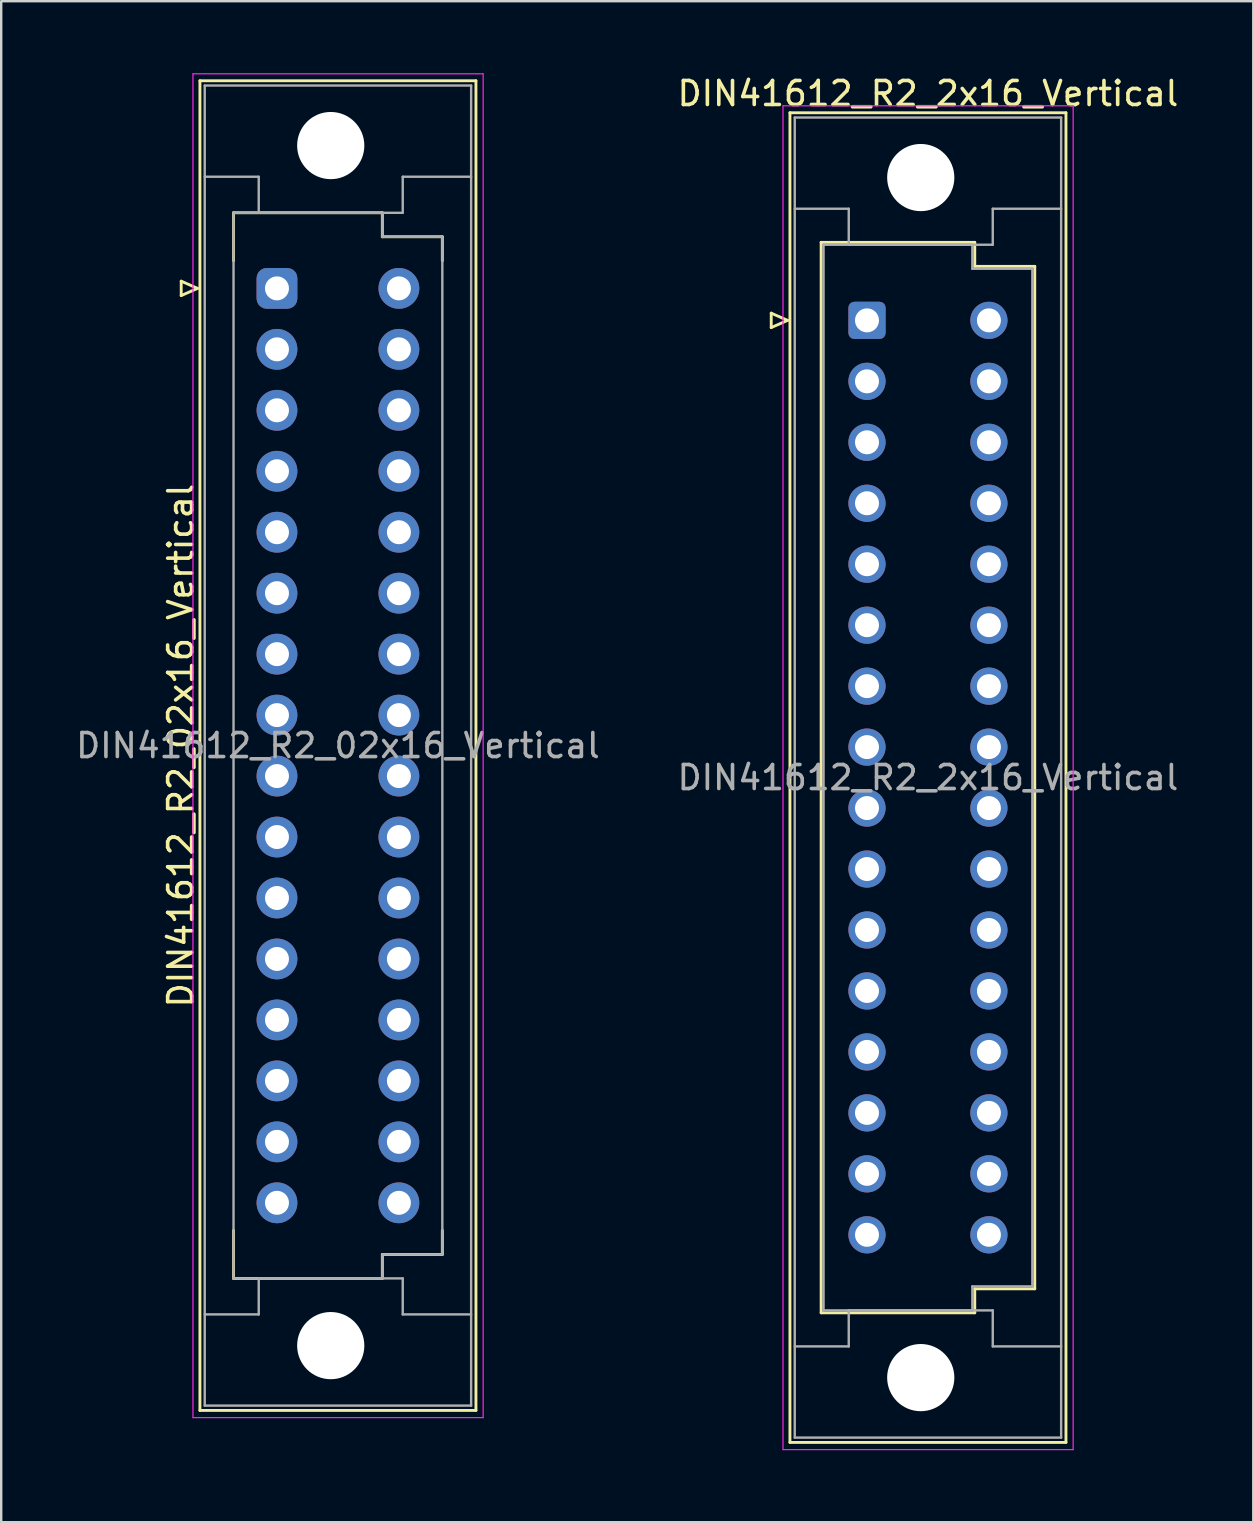
<source format=kicad_pcb>
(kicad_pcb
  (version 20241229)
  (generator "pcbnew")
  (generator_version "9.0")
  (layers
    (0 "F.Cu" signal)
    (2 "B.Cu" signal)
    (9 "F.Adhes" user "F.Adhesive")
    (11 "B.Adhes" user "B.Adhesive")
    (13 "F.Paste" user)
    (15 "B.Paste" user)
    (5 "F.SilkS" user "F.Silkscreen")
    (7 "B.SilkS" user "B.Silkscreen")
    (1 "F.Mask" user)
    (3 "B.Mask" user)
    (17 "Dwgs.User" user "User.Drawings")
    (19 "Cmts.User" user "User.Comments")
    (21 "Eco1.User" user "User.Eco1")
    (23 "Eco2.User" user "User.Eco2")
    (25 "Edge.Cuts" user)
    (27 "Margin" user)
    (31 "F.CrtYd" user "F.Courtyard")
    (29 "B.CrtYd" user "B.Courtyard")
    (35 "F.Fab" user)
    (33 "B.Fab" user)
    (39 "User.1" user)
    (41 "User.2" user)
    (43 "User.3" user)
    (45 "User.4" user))
  (footprint "DIN41612_R2_02x16_Vertical"
    (layer "F.Cu")
    (at 8.49 8.965)
    (property "Reference" "DIN41612_R2_02x16_Vertical" (at -4.01 19.05 90) (layer "F.SilkS") (effects (font (size 1 1) (thickness 0.15))))
    (attr through_hole)
    (fp_line (start -3.99 -0.3) (end -3.99 0.3) (stroke (width 0.12) (type solid)) (layer "F.SilkS"))
    (fp_line (start -3.99 0.3) (end -3.31 0) (stroke (width 0.12) (type solid)) (layer "F.SilkS"))
    (fp_line (start -3.31 0) (end -3.99 -0.3) (stroke (width 0.12) (type solid)) (layer "F.SilkS"))
    (fp_line (start -3.21 -8.65) (end 8.29 -8.65) (stroke (width 0.12) (type solid)) (layer "F.SilkS"))
    (fp_line (start -3.21 46.75) (end -3.21 -8.65) (stroke (width 0.12) (type solid)) (layer "F.SilkS"))
    (fp_line (start -1.81 -3.15) (end 4.39 -3.15) (stroke (width 0.12) (type solid)) (layer "F.SilkS"))
    (fp_line (start -1.81 -1.15) (end -1.81 -3.15) (stroke (width 0.12) (type solid)) (layer "F.SilkS"))
    (fp_line (start -1.81 39.25) (end -1.81 41.25) (stroke (width 0.12) (type solid)) (layer "F.SilkS"))
    (fp_line (start -1.81 41.25) (end 4.39 41.25) (stroke (width 0.12) (type solid)) (layer "F.SilkS"))
    (fp_line (start 4.39 -3.15) (end 4.39 -2.15) (stroke (width 0.12) (type solid)) (layer "F.SilkS"))
    (fp_line (start 4.39 -2.15) (end 6.89 -2.15) (stroke (width 0.12) (type solid)) (layer "F.SilkS"))
    (fp_line (start 4.39 40.25) (end 6.89 40.25) (stroke (width 0.12) (type solid)) (layer "F.SilkS"))
    (fp_line (start 4.39 41.25) (end 4.39 40.25) (stroke (width 0.12) (type solid)) (layer "F.SilkS"))
    (fp_line (start 6.89 -2.15) (end 6.89 -1.15) (stroke (width 0.12) (type solid)) (layer "F.SilkS"))
    (fp_line (start 6.89 40.25) (end 6.89 39.25) (stroke (width 0.12) (type solid)) (layer "F.SilkS"))
    (fp_line (start 8.29 -8.65) (end 8.29 46.75) (stroke (width 0.12) (type solid)) (layer "F.SilkS"))
    (fp_line (start 8.29 46.75) (end -3.21 46.75) (stroke (width 0.12) (type solid)) (layer "F.SilkS"))
    (fp_line (start -3.5 -8.94) (end 8.59 -8.94) (stroke (width 0.05) (type solid)) (layer "F.CrtYd"))
    (fp_line (start -3.5 47.05) (end -3.5 -8.94) (stroke (width 0.05) (type solid)) (layer "F.CrtYd"))
    (fp_line (start 8.59 -8.94) (end 8.59 47.05) (stroke (width 0.05) (type solid)) (layer "F.CrtYd"))
    (fp_line (start 8.59 47.05) (end -3.5 47.05) (stroke (width 0.05) (type solid)) (layer "F.CrtYd"))
    (fp_line (start -3.01 -8.45) (end 8.09 -8.45) (stroke (width 0.1) (type solid)) (layer "F.Fab"))
    (fp_line (start -3.01 -4.65) (end -0.76 -4.65) (stroke (width 0.1) (type solid)) (layer "F.Fab"))
    (fp_line (start -3.01 42.75) (end -0.76 42.75) (stroke (width 0.1) (type solid)) (layer "F.Fab"))
    (fp_line (start -3.01 46.55) (end -3.01 -8.45) (stroke (width 0.1) (type solid)) (layer "F.Fab"))
    (fp_line (start -1.81 -3.15) (end 4.39 -3.15) (stroke (width 0.1) (type solid)) (layer "F.Fab"))
    (fp_line (start -1.81 41.25) (end -1.81 -3.15) (stroke (width 0.1) (type solid)) (layer "F.Fab"))
    (fp_line (start -0.76 -4.65) (end -0.76 -3.15) (stroke (width 0.1) (type solid)) (layer "F.Fab"))
    (fp_line (start -0.76 -3.15) (end 5.24 -3.15) (stroke (width 0.1) (type solid)) (layer "F.Fab"))
    (fp_line (start -0.76 41.25) (end 5.24 41.25) (stroke (width 0.1) (type solid)) (layer "F.Fab"))
    (fp_line (start -0.76 42.75) (end -0.76 41.25) (stroke (width 0.1) (type solid)) (layer "F.Fab"))
    (fp_line (start 4.39 -3.15) (end 4.39 -2.15) (stroke (width 0.1) (type solid)) (layer "F.Fab"))
    (fp_line (start 4.39 -2.15) (end 6.89 -2.15) (stroke (width 0.1) (type solid)) (layer "F.Fab"))
    (fp_line (start 4.39 40.25) (end 4.39 41.25) (stroke (width 0.1) (type solid)) (layer "F.Fab"))
    (fp_line (start 4.39 41.25) (end -1.81 41.25) (stroke (width 0.1) (type solid)) (layer "F.Fab"))
    (fp_line (start 5.24 -4.65) (end 8.09 -4.65) (stroke (width 0.1) (type solid)) (layer "F.Fab"))
    (fp_line (start 5.24 -3.15) (end 5.24 -4.65) (stroke (width 0.1) (type solid)) (layer "F.Fab"))
    (fp_line (start 5.24 41.25) (end 5.24 42.75) (stroke (width 0.1) (type solid)) (layer "F.Fab"))
    (fp_line (start 5.24 42.75) (end 8.09 42.75) (stroke (width 0.1) (type solid)) (layer "F.Fab"))
    (fp_line (start 6.89 -2.15) (end 6.89 40.25) (stroke (width 0.1) (type solid)) (layer "F.Fab"))
    (fp_line (start 6.89 40.25) (end 4.39 40.25) (stroke (width 0.1) (type solid)) (layer "F.Fab"))
    (fp_line (start 8.09 -8.45) (end 8.09 46.55) (stroke (width 0.1) (type solid)) (layer "F.Fab"))
    (fp_line (start 8.09 46.55) (end -3.01 46.55) (stroke (width 0.1) (type solid)) (layer "F.Fab"))
    (fp_text user "${REFERENCE}" (at 2.54 19.05 0) (layer "F.Fab") (effects (font (size 1 1) (thickness 0.15))))
    (pad "" np_thru_hole circle (at 2.24 -5.95) (size 2.8 2.8) (drill 2.8) (layers "*.Cu" "*.Mask"))
    (pad "" np_thru_hole circle (at 2.24 44.05) (size 2.8 2.8) (drill 2.8) (layers "*.Cu" "*.Mask"))
    (pad "a1" thru_hole roundrect (at 0 0) (size 1.7 1.7) (drill 1) (layers "*.Cu" "*.Mask") (roundrect_rratio 0.25))
    (pad "a2" thru_hole circle (at 0 2.54) (size 1.7 1.7) (drill 1) (layers "*.Cu" "*.Mask"))
    (pad "a3" thru_hole circle (at 0 5.08) (size 1.7 1.7) (drill 1) (layers "*.Cu" "*.Mask"))
    (pad "a4" thru_hole circle (at 0 7.62) (size 1.7 1.7) (drill 1) (layers "*.Cu" "*.Mask"))
    (pad "a5" thru_hole circle (at 0 10.16) (size 1.7 1.7) (drill 1) (layers "*.Cu" "*.Mask"))
    (pad "a6" thru_hole circle (at 0 12.7) (size 1.7 1.7) (drill 1) (layers "*.Cu" "*.Mask"))
    (pad "a7" thru_hole circle (at 0 15.24) (size 1.7 1.7) (drill 1) (layers "*.Cu" "*.Mask"))
    (pad "a8" thru_hole circle (at 0 17.78) (size 1.7 1.7) (drill 1) (layers "*.Cu" "*.Mask"))
    (pad "a9" thru_hole circle (at 0 20.32) (size 1.7 1.7) (drill 1) (layers "*.Cu" "*.Mask"))
    (pad "a10" thru_hole circle (at 0 22.86) (size 1.7 1.7) (drill 1) (layers "*.Cu" "*.Mask"))
    (pad "a11" thru_hole circle (at 0 25.4) (size 1.7 1.7) (drill 1) (layers "*.Cu" "*.Mask"))
    (pad "a12" thru_hole circle (at 0 27.94) (size 1.7 1.7) (drill 1) (layers "*.Cu" "*.Mask"))
    (pad "a13" thru_hole circle (at 0 30.48) (size 1.7 1.7) (drill 1) (layers "*.Cu" "*.Mask"))
    (pad "a14" thru_hole circle (at 0 33.02) (size 1.7 1.7) (drill 1) (layers "*.Cu" "*.Mask"))
    (pad "a15" thru_hole circle (at 0 35.56) (size 1.7 1.7) (drill 1) (layers "*.Cu" "*.Mask"))
    (pad "a16" thru_hole circle (at 0 38.1) (size 1.7 1.7) (drill 1) (layers "*.Cu" "*.Mask"))
    (pad "c1" thru_hole circle (at 5.08 0) (size 1.7 1.7) (drill 1) (layers "*.Cu" "*.Mask"))
    (pad "c2" thru_hole circle (at 5.08 2.54) (size 1.7 1.7) (drill 1) (layers "*.Cu" "*.Mask"))
    (pad "c3" thru_hole circle (at 5.08 5.08) (size 1.7 1.7) (drill 1) (layers "*.Cu" "*.Mask"))
    (pad "c4" thru_hole circle (at 5.08 7.62) (size 1.7 1.7) (drill 1) (layers "*.Cu" "*.Mask"))
    (pad "c5" thru_hole circle (at 5.08 10.16) (size 1.7 1.7) (drill 1) (layers "*.Cu" "*.Mask"))
    (pad "c6" thru_hole circle (at 5.08 12.7) (size 1.7 1.7) (drill 1) (layers "*.Cu" "*.Mask"))
    (pad "c7" thru_hole circle (at 5.08 15.24) (size 1.7 1.7) (drill 1) (layers "*.Cu" "*.Mask"))
    (pad "c8" thru_hole circle (at 5.08 17.78) (size 1.7 1.7) (drill 1) (layers "*.Cu" "*.Mask"))
    (pad "c9" thru_hole circle (at 5.08 20.32) (size 1.7 1.7) (drill 1) (layers "*.Cu" "*.Mask"))
    (pad "c10" thru_hole circle (at 5.08 22.86) (size 1.7 1.7) (drill 1) (layers "*.Cu" "*.Mask"))
    (pad "c11" thru_hole circle (at 5.08 25.4) (size 1.7 1.7) (drill 1) (layers "*.Cu" "*.Mask"))
    (pad "c12" thru_hole circle (at 5.08 27.94) (size 1.7 1.7) (drill 1) (layers "*.Cu" "*.Mask"))
    (pad "c13" thru_hole circle (at 5.08 30.48) (size 1.7 1.7) (drill 1) (layers "*.Cu" "*.Mask"))
    (pad "c14" thru_hole circle (at 5.08 33.02) (size 1.7 1.7) (drill 1) (layers "*.Cu" "*.Mask"))
    (pad "c15" thru_hole circle (at 5.08 35.56) (size 1.7 1.7) (drill 1) (layers "*.Cu" "*.Mask"))
    (pad "c16" thru_hole circle (at 5.08 38.1) (size 1.7 1.7) (drill 1) (layers "*.Cu" "*.Mask")))
  (footprint "DIN41612_R2_2x16_Vertical"
    (layer "F.Cu")
    (at 33.073 10.298)
    (property "Reference" "DIN41612_R2_2x16_Vertical" (at 2.54 -9.45 0) (layer "F.SilkS") (effects (font (size 1 1) (thickness 0.15))))
    (attr through_hole)
    (fp_line (start -3.99 -0.3) (end -3.99 0.3) (stroke (width 0.12) (type solid)) (layer "F.SilkS"))
    (fp_line (start -3.99 0.3) (end -3.31 0) (stroke (width 0.12) (type solid)) (layer "F.SilkS"))
    (fp_line (start -3.31 0) (end -3.99 -0.3) (stroke (width 0.12) (type solid)) (layer "F.SilkS"))
    (fp_line (start -3.21 -8.65) (end 8.29 -8.65) (stroke (width 0.12) (type solid)) (layer "F.SilkS"))
    (fp_line (start -3.21 46.75) (end -3.21 -8.65) (stroke (width 0.12) (type solid)) (layer "F.SilkS"))
    (fp_line (start -1.91 -3.25) (end 4.49 -3.25) (stroke (width 0.12) (type solid)) (layer "F.SilkS"))
    (fp_line (start -1.91 41.35) (end -1.91 -3.25) (stroke (width 0.12) (type solid)) (layer "F.SilkS"))
    (fp_line (start 4.49 -3.25) (end 4.49 -2.25) (stroke (width 0.12) (type solid)) (layer "F.SilkS"))
    (fp_line (start 4.49 -2.25) (end 6.99 -2.25) (stroke (width 0.12) (type solid)) (layer "F.SilkS"))
    (fp_line (start 4.49 40.35) (end 4.49 41.35) (stroke (width 0.12) (type solid)) (layer "F.SilkS"))
    (fp_line (start 4.49 41.35) (end -1.91 41.35) (stroke (width 0.12) (type solid)) (layer "F.SilkS"))
    (fp_line (start 6.99 -2.25) (end 6.99 40.35) (stroke (width 0.12) (type solid)) (layer "F.SilkS"))
    (fp_line (start 6.99 40.35) (end 4.49 40.35) (stroke (width 0.12) (type solid)) (layer "F.SilkS"))
    (fp_line (start 8.29 -8.65) (end 8.29 46.75) (stroke (width 0.12) (type solid)) (layer "F.SilkS"))
    (fp_line (start 8.29 46.75) (end -3.21 46.75) (stroke (width 0.12) (type solid)) (layer "F.SilkS"))
    (fp_line (start -3.5 -8.94) (end 8.59 -8.94) (stroke (width 0.05) (type solid)) (layer "F.CrtYd"))
    (fp_line (start -3.5 47.05) (end -3.5 -8.94) (stroke (width 0.05) (type solid)) (layer "F.CrtYd"))
    (fp_line (start 8.59 -8.94) (end 8.59 47.05) (stroke (width 0.05) (type solid)) (layer "F.CrtYd"))
    (fp_line (start 8.59 47.05) (end -3.5 47.05) (stroke (width 0.05) (type solid)) (layer "F.CrtYd"))
    (fp_line (start -3.01 -8.45) (end 8.09 -8.45) (stroke (width 0.1) (type solid)) (layer "F.Fab"))
    (fp_line (start -3.01 -4.65) (end -0.76 -4.65) (stroke (width 0.1) (type solid)) (layer "F.Fab"))
    (fp_line (start -3.01 42.75) (end -0.76 42.75) (stroke (width 0.1) (type solid)) (layer "F.Fab"))
    (fp_line (start -3.01 46.55) (end -3.01 -8.45) (stroke (width 0.1) (type solid)) (layer "F.Fab"))
    (fp_line (start -1.81 -3.15) (end 4.39 -3.15) (stroke (width 0.1) (type solid)) (layer "F.Fab"))
    (fp_line (start -1.81 41.25) (end -1.81 -3.15) (stroke (width 0.1) (type solid)) (layer "F.Fab"))
    (fp_line (start -0.76 -4.65) (end -0.76 -3.15) (stroke (width 0.1) (type solid)) (layer "F.Fab"))
    (fp_line (start -0.76 -3.15) (end 5.24 -3.15) (stroke (width 0.1) (type solid)) (layer "F.Fab"))
    (fp_line (start -0.76 41.25) (end 5.24 41.25) (stroke (width 0.1) (type solid)) (layer "F.Fab"))
    (fp_line (start -0.76 42.75) (end -0.76 41.25) (stroke (width 0.1) (type solid)) (layer "F.Fab"))
    (fp_line (start 4.39 -3.15) (end 4.39 -2.15) (stroke (width 0.1) (type solid)) (layer "F.Fab"))
    (fp_line (start 4.39 -2.15) (end 6.89 -2.15) (stroke (width 0.1) (type solid)) (layer "F.Fab"))
    (fp_line (start 4.39 40.25) (end 4.39 41.25) (stroke (width 0.1) (type solid)) (layer "F.Fab"))
    (fp_line (start 4.39 41.25) (end -1.81 41.25) (stroke (width 0.1) (type solid)) (layer "F.Fab"))
    (fp_line (start 5.24 -4.65) (end 8.09 -4.65) (stroke (width 0.1) (type solid)) (layer "F.Fab"))
    (fp_line (start 5.24 -3.15) (end 5.24 -4.65) (stroke (width 0.1) (type solid)) (layer "F.Fab"))
    (fp_line (start 5.24 41.25) (end 5.24 42.75) (stroke (width 0.1) (type solid)) (layer "F.Fab"))
    (fp_line (start 5.24 42.75) (end 8.09 42.75) (stroke (width 0.1) (type solid)) (layer "F.Fab"))
    (fp_line (start 6.89 -2.15) (end 6.89 40.25) (stroke (width 0.1) (type solid)) (layer "F.Fab"))
    (fp_line (start 6.89 40.25) (end 4.39 40.25) (stroke (width 0.1) (type solid)) (layer "F.Fab"))
    (fp_line (start 8.09 -8.45) (end 8.09 46.55) (stroke (width 0.1) (type solid)) (layer "F.Fab"))
    (fp_line (start 8.09 46.55) (end -3.01 46.55) (stroke (width 0.1) (type solid)) (layer "F.Fab"))
    (fp_text user "${REFERENCE}" (at 2.54 19.05 0) (layer "F.Fab") (effects (font (size 1 1) (thickness 0.15))))
    (pad "" np_thru_hole circle (at 2.24 -5.95) (size 2.8 2.8) (drill 2.8) (layers "*.Cu" "*.Mask"))
    (pad "" np_thru_hole circle (at 2.24 44.05) (size 2.8 2.8) (drill 2.8) (layers "*.Cu" "*.Mask"))
    (pad "a1" thru_hole roundrect (at 0 0) (size 1.55 1.55) (drill 1) (layers "*.Cu" "*.Mask") (roundrect_rratio 0.161))
    (pad "a2" thru_hole circle (at 0 2.54) (size 1.55 1.55) (drill 1) (layers "*.Cu" "*.Mask"))
    (pad "a3" thru_hole circle (at 0 5.08) (size 1.55 1.55) (drill 1) (layers "*.Cu" "*.Mask"))
    (pad "a4" thru_hole circle (at 0 7.62) (size 1.55 1.55) (drill 1) (layers "*.Cu" "*.Mask"))
    (pad "a5" thru_hole circle (at 0 10.16) (size 1.55 1.55) (drill 1) (layers "*.Cu" "*.Mask"))
    (pad "a6" thru_hole circle (at 0 12.7) (size 1.55 1.55) (drill 1) (layers "*.Cu" "*.Mask"))
    (pad "a7" thru_hole circle (at 0 15.24) (size 1.55 1.55) (drill 1) (layers "*.Cu" "*.Mask"))
    (pad "a8" thru_hole circle (at 0 17.78) (size 1.55 1.55) (drill 1) (layers "*.Cu" "*.Mask"))
    (pad "a9" thru_hole circle (at 0 20.32) (size 1.55 1.55) (drill 1) (layers "*.Cu" "*.Mask"))
    (pad "a10" thru_hole circle (at 0 22.86) (size 1.55 1.55) (drill 1) (layers "*.Cu" "*.Mask"))
    (pad "a11" thru_hole circle (at 0 25.4) (size 1.55 1.55) (drill 1) (layers "*.Cu" "*.Mask"))
    (pad "a12" thru_hole circle (at 0 27.94) (size 1.55 1.55) (drill 1) (layers "*.Cu" "*.Mask"))
    (pad "a13" thru_hole circle (at 0 30.48) (size 1.55 1.55) (drill 1) (layers "*.Cu" "*.Mask"))
    (pad "a14" thru_hole circle (at 0 33.02) (size 1.55 1.55) (drill 1) (layers "*.Cu" "*.Mask"))
    (pad "a15" thru_hole circle (at 0 35.56) (size 1.55 1.55) (drill 1) (layers "*.Cu" "*.Mask"))
    (pad "a16" thru_hole circle (at 0 38.1) (size 1.55 1.55) (drill 1) (layers "*.Cu" "*.Mask"))
    (pad "c1" thru_hole circle (at 5.08 0) (size 1.55 1.55) (drill 1) (layers "*.Cu" "*.Mask"))
    (pad "c2" thru_hole circle (at 5.08 2.54) (size 1.55 1.55) (drill 1) (layers "*.Cu" "*.Mask"))
    (pad "c3" thru_hole circle (at 5.08 5.08) (size 1.55 1.55) (drill 1) (layers "*.Cu" "*.Mask"))
    (pad "c4" thru_hole circle (at 5.08 7.62) (size 1.55 1.55) (drill 1) (layers "*.Cu" "*.Mask"))
    (pad "c5" thru_hole circle (at 5.08 10.16) (size 1.55 1.55) (drill 1) (layers "*.Cu" "*.Mask"))
    (pad "c6" thru_hole circle (at 5.08 12.7) (size 1.55 1.55) (drill 1) (layers "*.Cu" "*.Mask"))
    (pad "c7" thru_hole circle (at 5.08 15.24) (size 1.55 1.55) (drill 1) (layers "*.Cu" "*.Mask"))
    (pad "c8" thru_hole circle (at 5.08 17.78) (size 1.55 1.55) (drill 1) (layers "*.Cu" "*.Mask"))
    (pad "c9" thru_hole circle (at 5.08 20.32) (size 1.55 1.55) (drill 1) (layers "*.Cu" "*.Mask"))
    (pad "c10" thru_hole circle (at 5.08 22.86) (size 1.55 1.55) (drill 1) (layers "*.Cu" "*.Mask"))
    (pad "c11" thru_hole circle (at 5.08 25.4) (size 1.55 1.55) (drill 1) (layers "*.Cu" "*.Mask"))
    (pad "c12" thru_hole circle (at 5.08 27.94) (size 1.55 1.55) (drill 1) (layers "*.Cu" "*.Mask"))
    (pad "c13" thru_hole circle (at 5.08 30.48) (size 1.55 1.55) (drill 1) (layers "*.Cu" "*.Mask"))
    (pad "c14" thru_hole circle (at 5.08 33.02) (size 1.55 1.55) (drill 1) (layers "*.Cu" "*.Mask"))
    (pad "c15" thru_hole circle (at 5.08 35.56) (size 1.55 1.55) (drill 1) (layers "*.Cu" "*.Mask"))
    (pad "c16" thru_hole circle (at 5.08 38.1) (size 1.55 1.55) (drill 1) (layers "*.Cu" "*.Mask")))
  (gr_rect
    (start -3 -3)
    (end 49.167 60.373)
    (stroke (width 0.1) (type default))
    (fill no)
    (layer "Edge.Cuts")))
</source>
